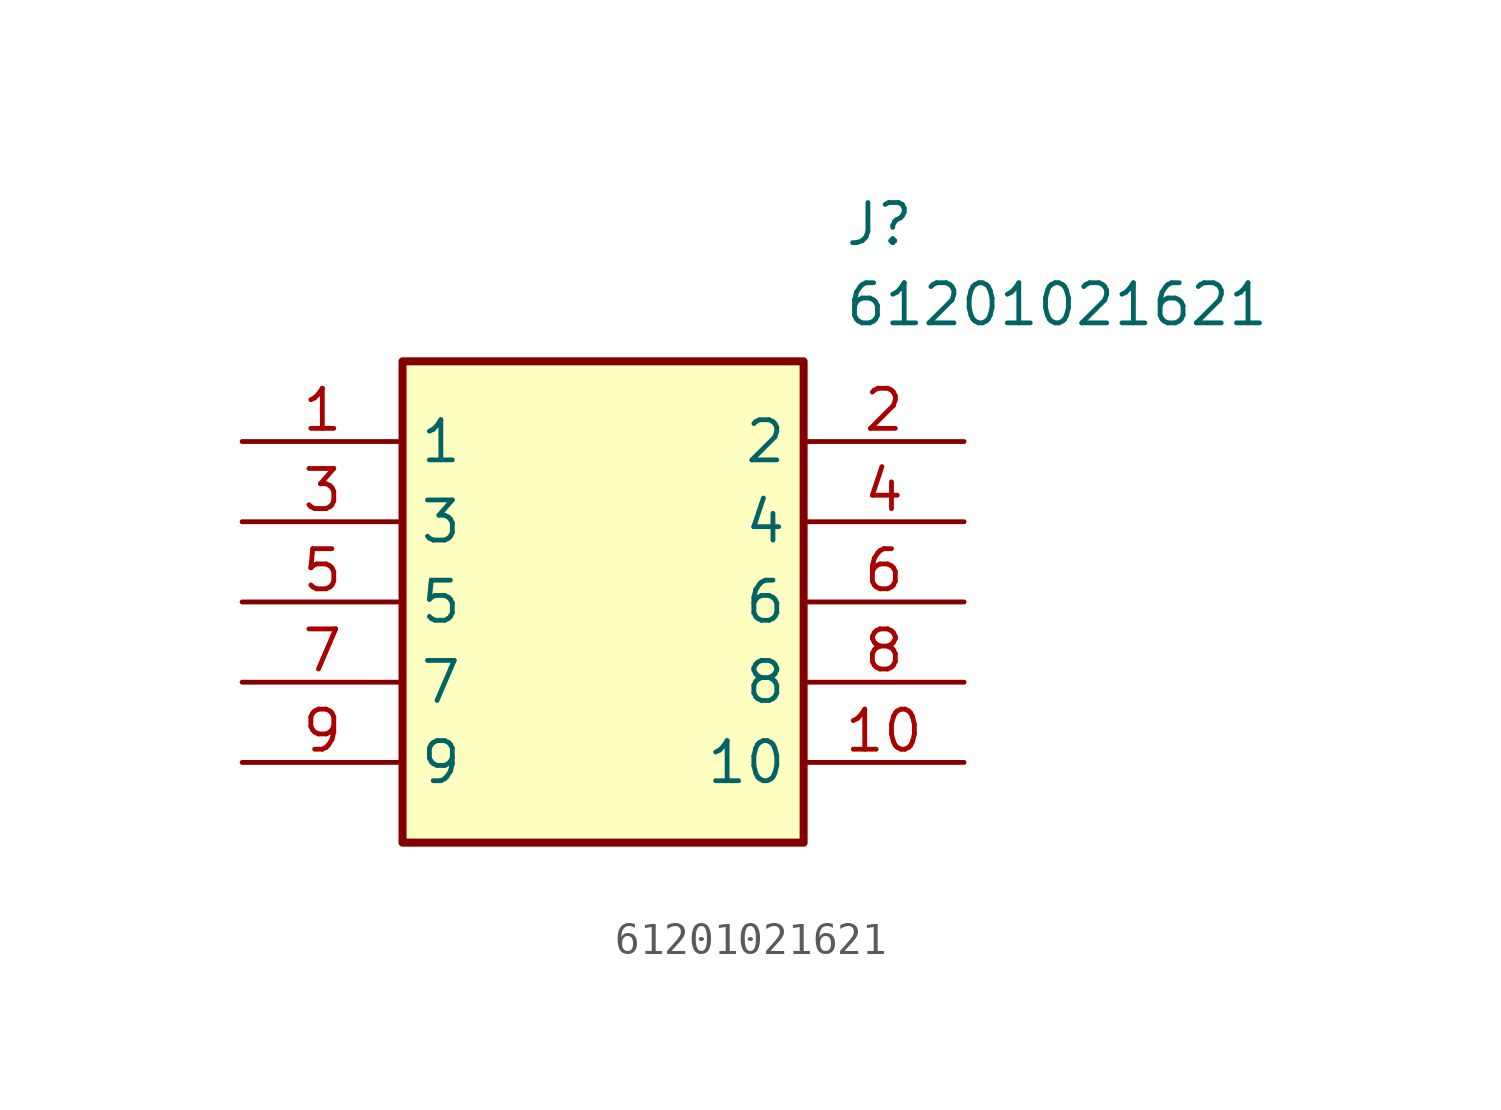
<source format=kicad_sym>
(kicad_symbol_lib
  (version 20211014)
  (generator SamacSys_ECAD_Model)
  (symbol "61201021621"
    (property "Reference" "J"
      (at 19.05 7.62 0)
      (effects (font (size 1.27 1.27)) (justify left top)))
    (property "Value" "61201021621"
      (at 19.05 5.08 0)
      (effects (font (size 1.27 1.27)) (justify left top)))
    (rectangle
      (start 5.08 2.54)
      (end 17.78 -12.7)
      (stroke (width 0.254) (type default))
      (fill (type background)))
    (pin passive line
      (at 0 0 0)
      (length 5.08)
      (name "1" (effects (font (size 1.27 1.27))))
      (number "1" (effects (font (size 1.27 1.27)))))
    (pin passive line
      (at 0 -2.54 0)
      (length 5.08)
      (name "3" (effects (font (size 1.27 1.27))))
      (number "3" (effects (font (size 1.27 1.27)))))
    (pin passive line
      (at 0 -5.08 0)
      (length 5.08)
      (name "5" (effects (font (size 1.27 1.27))))
      (number "5" (effects (font (size 1.27 1.27)))))
    (pin passive line
      (at 0 -7.62 0)
      (length 5.08)
      (name "7" (effects (font (size 1.27 1.27))))
      (number "7" (effects (font (size 1.27 1.27)))))
    (pin passive line
      (at 0 -10.16 0)
      (length 5.08)
      (name "9" (effects (font (size 1.27 1.27))))
      (number "9" (effects (font (size 1.27 1.27)))))
    (pin passive line
      (at 22.86 0 180)
      (length 5.08)
      (name "2" (effects (font (size 1.27 1.27))))
      (number "2" (effects (font (size 1.27 1.27)))))
    (pin passive line
      (at 22.86 -2.54 180)
      (length 5.08)
      (name "4" (effects (font (size 1.27 1.27))))
      (number "4" (effects (font (size 1.27 1.27)))))
    (pin passive line
      (at 22.86 -5.08 180)
      (length 5.08)
      (name "6" (effects (font (size 1.27 1.27))))
      (number "6" (effects (font (size 1.27 1.27)))))
    (pin passive line
      (at 22.86 -7.62 180)
      (length 5.08)
      (name "8" (effects (font (size 1.27 1.27))))
      (number "8" (effects (font (size 1.27 1.27)))))
    (pin passive line
      (at 22.86 -10.16 180)
      (length 5.08)
      (name "10" (effects (font (size 1.27 1.27))))
      (number "10" (effects (font (size 1.27 1.27)))))))
</source>
